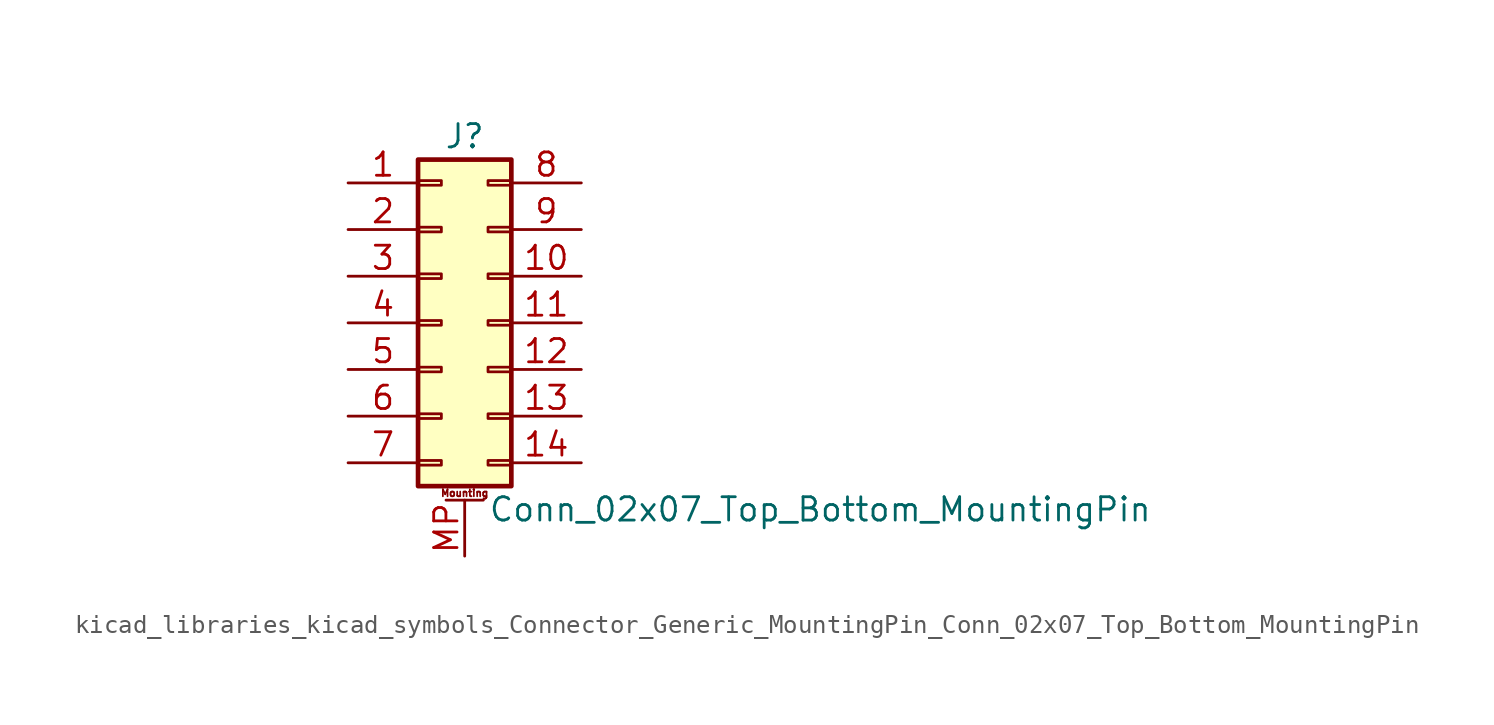
<source format=kicad_sym>
(kicad_symbol_lib
  (version 20220914)
  (generator kicad_symbol_editor)
  (symbol "kicad_libraries_kicad_symbols_Connector_Generic_MountingPin_Conn_02x07_Top_Bottom_MountingPin"
    (pin_names
      (offset 1.016) hide)
    (property "Reference" "J"
      (at 1.27 10.16 0)
      (effects (font (size 1.27 1.27))))
    (property "Value" "Conn_02x07_Top_Bottom_MountingPin"
      (at 2.54 -10.16 0)
      (effects (font (size 1.27 1.27)) (justify left)))
    (symbol "kicad_libraries_kicad_symbols_Connector_Generic_MountingPin_Conn_02x07_Top_Bottom_MountingPin_1_1"
      (rectangle (start -1.27 -7.493) (end 0 -7.747) (stroke (width 0.152) (type default)) (fill (type none)))
      (rectangle (start -1.27 -4.953) (end 0 -5.207) (stroke (width 0.152) (type default)) (fill (type none)))
      (rectangle (start -1.27 -2.413) (end 0 -2.667) (stroke (width 0.152) (type default)) (fill (type none)))
      (rectangle (start -1.27 0.127) (end 0 -0.127) (stroke (width 0.152) (type default)) (fill (type none)))
      (rectangle (start -1.27 2.667) (end 0 2.413) (stroke (width 0.152) (type default)) (fill (type none)))
      (rectangle (start -1.27 5.207) (end 0 4.953) (stroke (width 0.152) (type default)) (fill (type none)))
      (rectangle (start -1.27 7.747) (end 0 7.493) (stroke (width 0.152) (type default)) (fill (type none)))
      (rectangle (start -1.27 8.89) (end 3.81 -8.89) (stroke (width 0.254) (type default)) (fill (type background)))
      (polyline (pts (xy 0.254 -9.652) (xy 2.286 -9.652)) (stroke (width 0.152) (type default)) (fill (type none)))
      (rectangle (start 3.81 -7.493) (end 2.54 -7.747) (stroke (width 0.152) (type default)) (fill (type none)))
      (rectangle (start 3.81 -4.953) (end 2.54 -5.207) (stroke (width 0.152) (type default)) (fill (type none)))
      (rectangle (start 3.81 -2.413) (end 2.54 -2.667) (stroke (width 0.152) (type default)) (fill (type none)))
      (rectangle (start 3.81 0.127) (end 2.54 -0.127) (stroke (width 0.152) (type default)) (fill (type none)))
      (rectangle (start 3.81 2.667) (end 2.54 2.413) (stroke (width 0.152) (type default)) (fill (type none)))
      (rectangle (start 3.81 5.207) (end 2.54 4.953) (stroke (width 0.152) (type default)) (fill (type none)))
      (rectangle (start 3.81 7.747) (end 2.54 7.493) (stroke (width 0.152) (type default)) (fill (type none)))
      (text "Mounting" (at 1.27 -9.271 0) (effects (font (size 0.381 0.381))))
      (pin passive line (at -5.08 7.62 0) (length 3.81) (name "Pin_1" (effects (font (size 1.27 1.27)))) (number "1" (effects (font (size 1.27 1.27)))))
      (pin passive line (at 7.62 2.54 180) (length 3.81) (name "Pin_10" (effects (font (size 1.27 1.27)))) (number "10" (effects (font (size 1.27 1.27)))))
      (pin passive line (at 7.62 0 180) (length 3.81) (name "Pin_11" (effects (font (size 1.27 1.27)))) (number "11" (effects (font (size 1.27 1.27)))))
      (pin passive line (at 7.62 -2.54 180) (length 3.81) (name "Pin_12" (effects (font (size 1.27 1.27)))) (number "12" (effects (font (size 1.27 1.27)))))
      (pin passive line (at 7.62 -5.08 180) (length 3.81) (name "Pin_13" (effects (font (size 1.27 1.27)))) (number "13" (effects (font (size 1.27 1.27)))))
      (pin passive line (at 7.62 -7.62 180) (length 3.81) (name "Pin_14" (effects (font (size 1.27 1.27)))) (number "14" (effects (font (size 1.27 1.27)))))
      (pin passive line (at -5.08 5.08 0) (length 3.81) (name "Pin_2" (effects (font (size 1.27 1.27)))) (number "2" (effects (font (size 1.27 1.27)))))
      (pin passive line (at -5.08 2.54 0) (length 3.81) (name "Pin_3" (effects (font (size 1.27 1.27)))) (number "3" (effects (font (size 1.27 1.27)))))
      (pin passive line (at -5.08 0 0) (length 3.81) (name "Pin_4" (effects (font (size 1.27 1.27)))) (number "4" (effects (font (size 1.27 1.27)))))
      (pin passive line (at -5.08 -2.54 0) (length 3.81) (name "Pin_5" (effects (font (size 1.27 1.27)))) (number "5" (effects (font (size 1.27 1.27)))))
      (pin passive line (at -5.08 -5.08 0) (length 3.81) (name "Pin_6" (effects (font (size 1.27 1.27)))) (number "6" (effects (font (size 1.27 1.27)))))
      (pin passive line (at -5.08 -7.62 0) (length 3.81) (name "Pin_7" (effects (font (size 1.27 1.27)))) (number "7" (effects (font (size 1.27 1.27)))))
      (pin passive line (at 7.62 7.62 180) (length 3.81) (name "Pin_8" (effects (font (size 1.27 1.27)))) (number "8" (effects (font (size 1.27 1.27)))))
      (pin passive line (at 7.62 5.08 180) (length 3.81) (name "Pin_9" (effects (font (size 1.27 1.27)))) (number "9" (effects (font (size 1.27 1.27)))))
      (pin passive line (at 1.27 -12.7 90) (length 3.048) (name "MountPin" (effects (font (size 1.27 1.27)))) (number "MP" (effects (font (size 1.27 1.27))))))))
</source>
